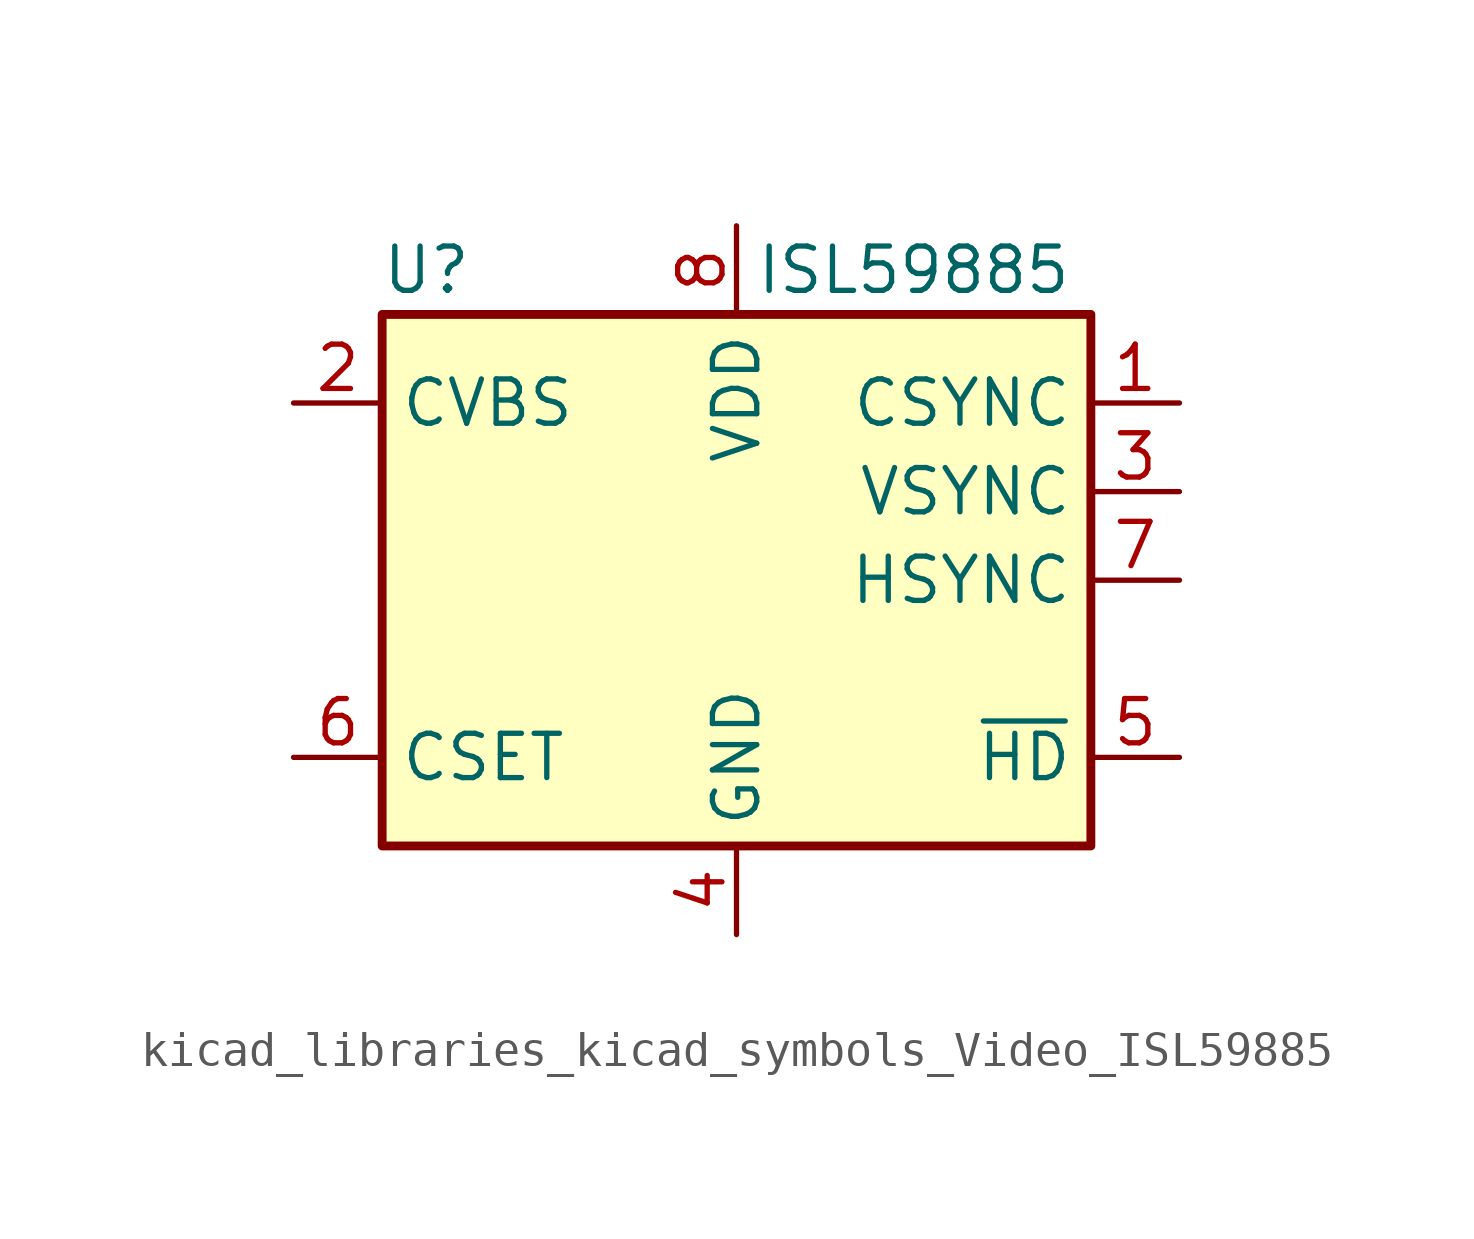
<source format=kicad_sym>
(kicad_symbol_lib
  (version 20220914)
  (generator kicad_symbol_editor)
  (symbol "kicad_libraries_kicad_symbols_Video_ISL59885"
    (property "Reference" "U"
      (at -8.89 8.89 0)
      (effects (font (size 1.27 1.27))))
    (property "Value" "ISL59885"
      (at 5.08 8.89 0)
      (effects (font (size 1.27 1.27))))
    (symbol "kicad_libraries_kicad_symbols_Video_ISL59885_0_1"
      (rectangle (start -10.16 7.62) (end 10.16 -7.62) (stroke (width 0.254) (type default)) (fill (type background))))
    (symbol "kicad_libraries_kicad_symbols_Video_ISL59885_1_1"
      (pin output line (at 12.7 5.08 180) (length 2.54) (name "CSYNC" (effects (font (size 1.27 1.27)))) (number "1" (effects (font (size 1.27 1.27)))))
      (pin input line (at -12.7 5.08 0) (length 2.54) (name "CVBS" (effects (font (size 1.27 1.27)))) (number "2" (effects (font (size 1.27 1.27)))))
      (pin output line (at 12.7 2.54 180) (length 2.54) (name "VSYNC" (effects (font (size 1.27 1.27)))) (number "3" (effects (font (size 1.27 1.27)))))
      (pin power_in line (at 0 -10.16 90) (length 2.54) (name "GND" (effects (font (size 1.27 1.27)))) (number "4" (effects (font (size 1.27 1.27)))))
      (pin output line (at 12.7 -5.08 180) (length 2.54) (name "~{HD}" (effects (font (size 1.27 1.27)))) (number "5" (effects (font (size 1.27 1.27)))))
      (pin passive line (at -12.7 -5.08 0) (length 2.54) (name "CSET" (effects (font (size 1.27 1.27)))) (number "6" (effects (font (size 1.27 1.27)))))
      (pin output line (at 12.7 0 180) (length 2.54) (name "HSYNC" (effects (font (size 1.27 1.27)))) (number "7" (effects (font (size 1.27 1.27)))))
      (pin power_in line (at 0 10.16 270) (length 2.54) (name "VDD" (effects (font (size 1.27 1.27)))) (number "8" (effects (font (size 1.27 1.27))))))))
</source>
